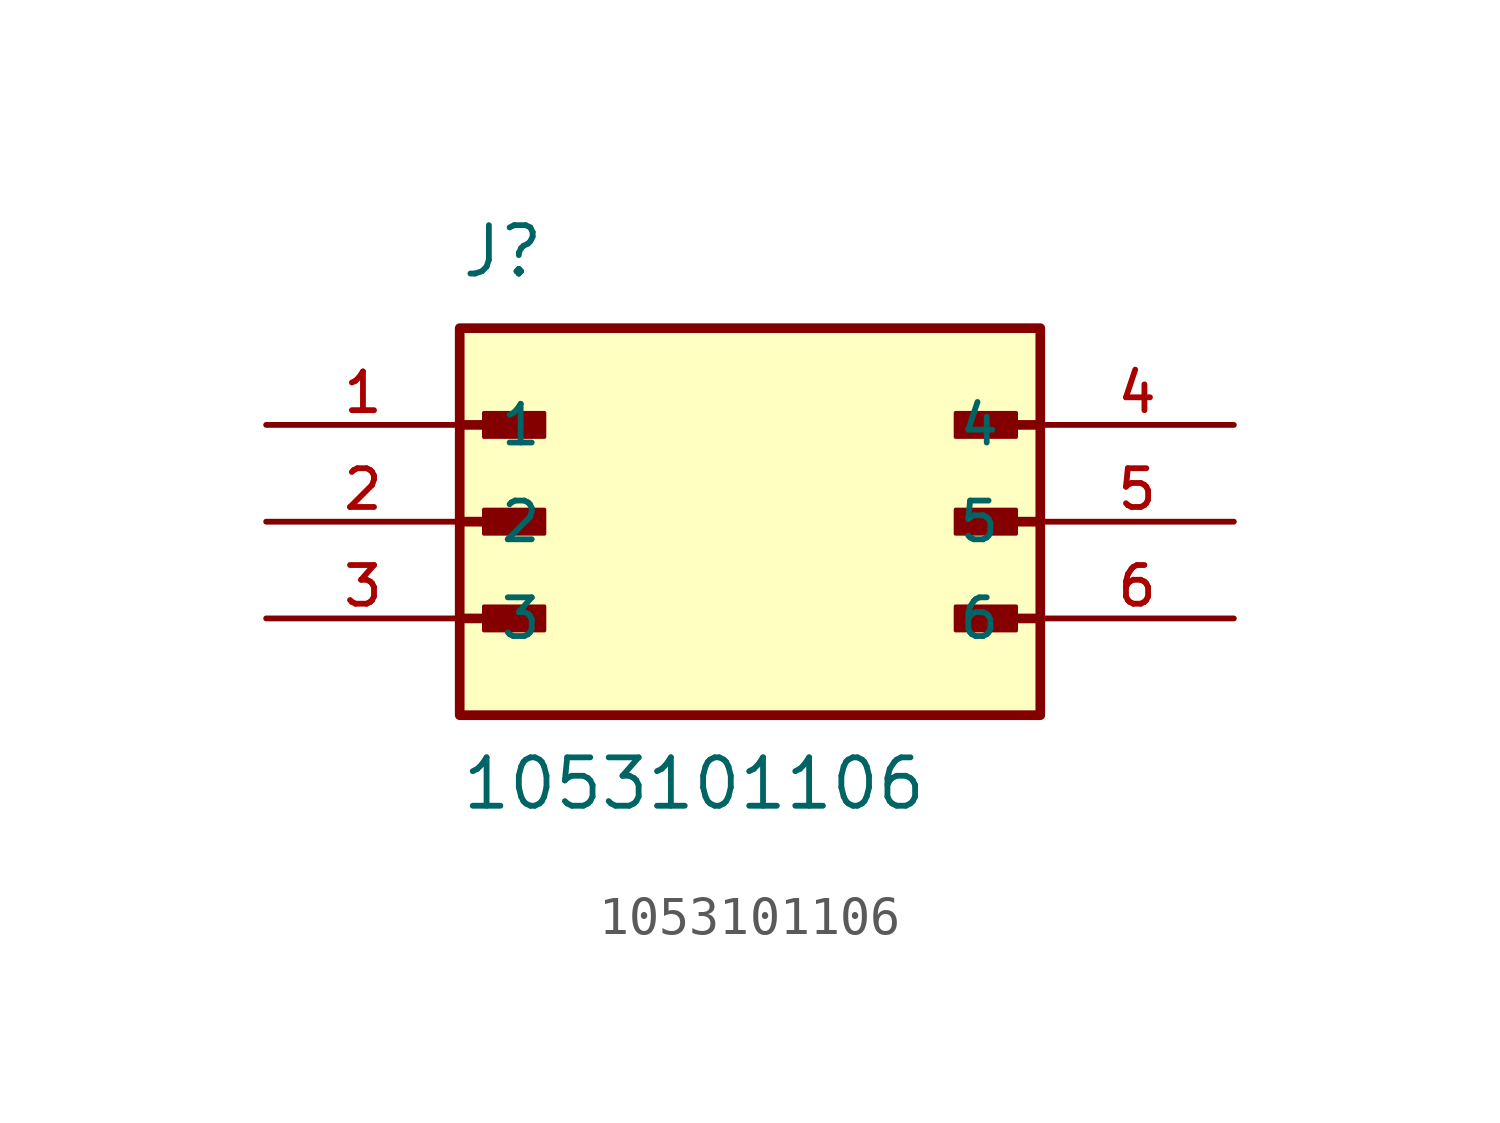
<source format=kicad_sym>
(kicad_symbol_lib
  (version 20211014)
  (generator kicad_symbol_editor)
  (symbol "1053101106"
    (pin_names
      (offset 1.016))
    (property "Reference" "J"
      (at -7.62 6.35 0)
      (effects (font (size 1.27 1.27)) (justify bottom left)))
    (property "Value" "1053101106"
      (at -7.62 -7.62 0)
      (effects (font (size 1.27 1.27)) (justify bottom left)))
    (symbol "1053101106_0_0"
      (rectangle (start -6.985 2.223) (end -5.397 2.857) (stroke (width 0.1)) (fill (type outline)))
      (polyline (pts (xy -7.62 0.0) (xy -5.715 0.0)) (stroke (width 0.254)))
      (rectangle (start -6.985 -0.318) (end -5.397 0.318) (stroke (width 0.1)) (fill (type outline)))
      (polyline (pts (xy -7.62 -2.54) (xy -5.715 -2.54)) (stroke (width 0.254)))
      (rectangle (start -6.985 -2.857) (end -5.397 -2.223) (stroke (width 0.1)) (fill (type outline)))
      (polyline (pts (xy -7.62 2.54) (xy -5.715 2.54)) (stroke (width 0.254)))
      (rectangle (start 5.397 2.223) (end 6.985 2.857) (stroke (width 0.1)) (fill (type outline)))
      (polyline (pts (xy 7.62 0.0) (xy 5.715 0.0)) (stroke (width 0.254)))
      (rectangle (start 5.397 -0.318) (end 6.985 0.318) (stroke (width 0.1)) (fill (type outline)))
      (polyline (pts (xy 7.62 -2.54) (xy 5.715 -2.54)) (stroke (width 0.254)))
      (rectangle (start 5.397 -2.857) (end 6.985 -2.223) (stroke (width 0.1)) (fill (type outline)))
      (polyline (pts (xy 7.62 2.54) (xy 5.715 2.54)) (stroke (width 0.254)))
      (rectangle (start -7.62 -5.08) (end 7.62 5.08) (stroke (width 0.254)) (fill (type background)))
      (pin passive line (at -12.7 2.54 0) (length 5.08) (name "1" (effects (font (size 1.016 1.016)))) (number "1" (effects (font (size 1.016 1.016)))))
      (pin passive line (at -12.7 0.0 0) (length 5.08) (name "2" (effects (font (size 1.016 1.016)))) (number "2" (effects (font (size 1.016 1.016)))))
      (pin passive line (at -12.7 -2.54 0) (length 5.08) (name "3" (effects (font (size 1.016 1.016)))) (number "3" (effects (font (size 1.016 1.016)))))
      (pin passive line (at 12.7 2.54 180.0) (length 5.08) (name "4" (effects (font (size 1.016 1.016)))) (number "4" (effects (font (size 1.016 1.016)))))
      (pin passive line (at 12.7 0.0 180.0) (length 5.08) (name "5" (effects (font (size 1.016 1.016)))) (number "5" (effects (font (size 1.016 1.016)))))
      (pin passive line (at 12.7 -2.54 180.0) (length 5.08) (name "6" (effects (font (size 1.016 1.016)))) (number "6" (effects (font (size 1.016 1.016))))))))
</source>
